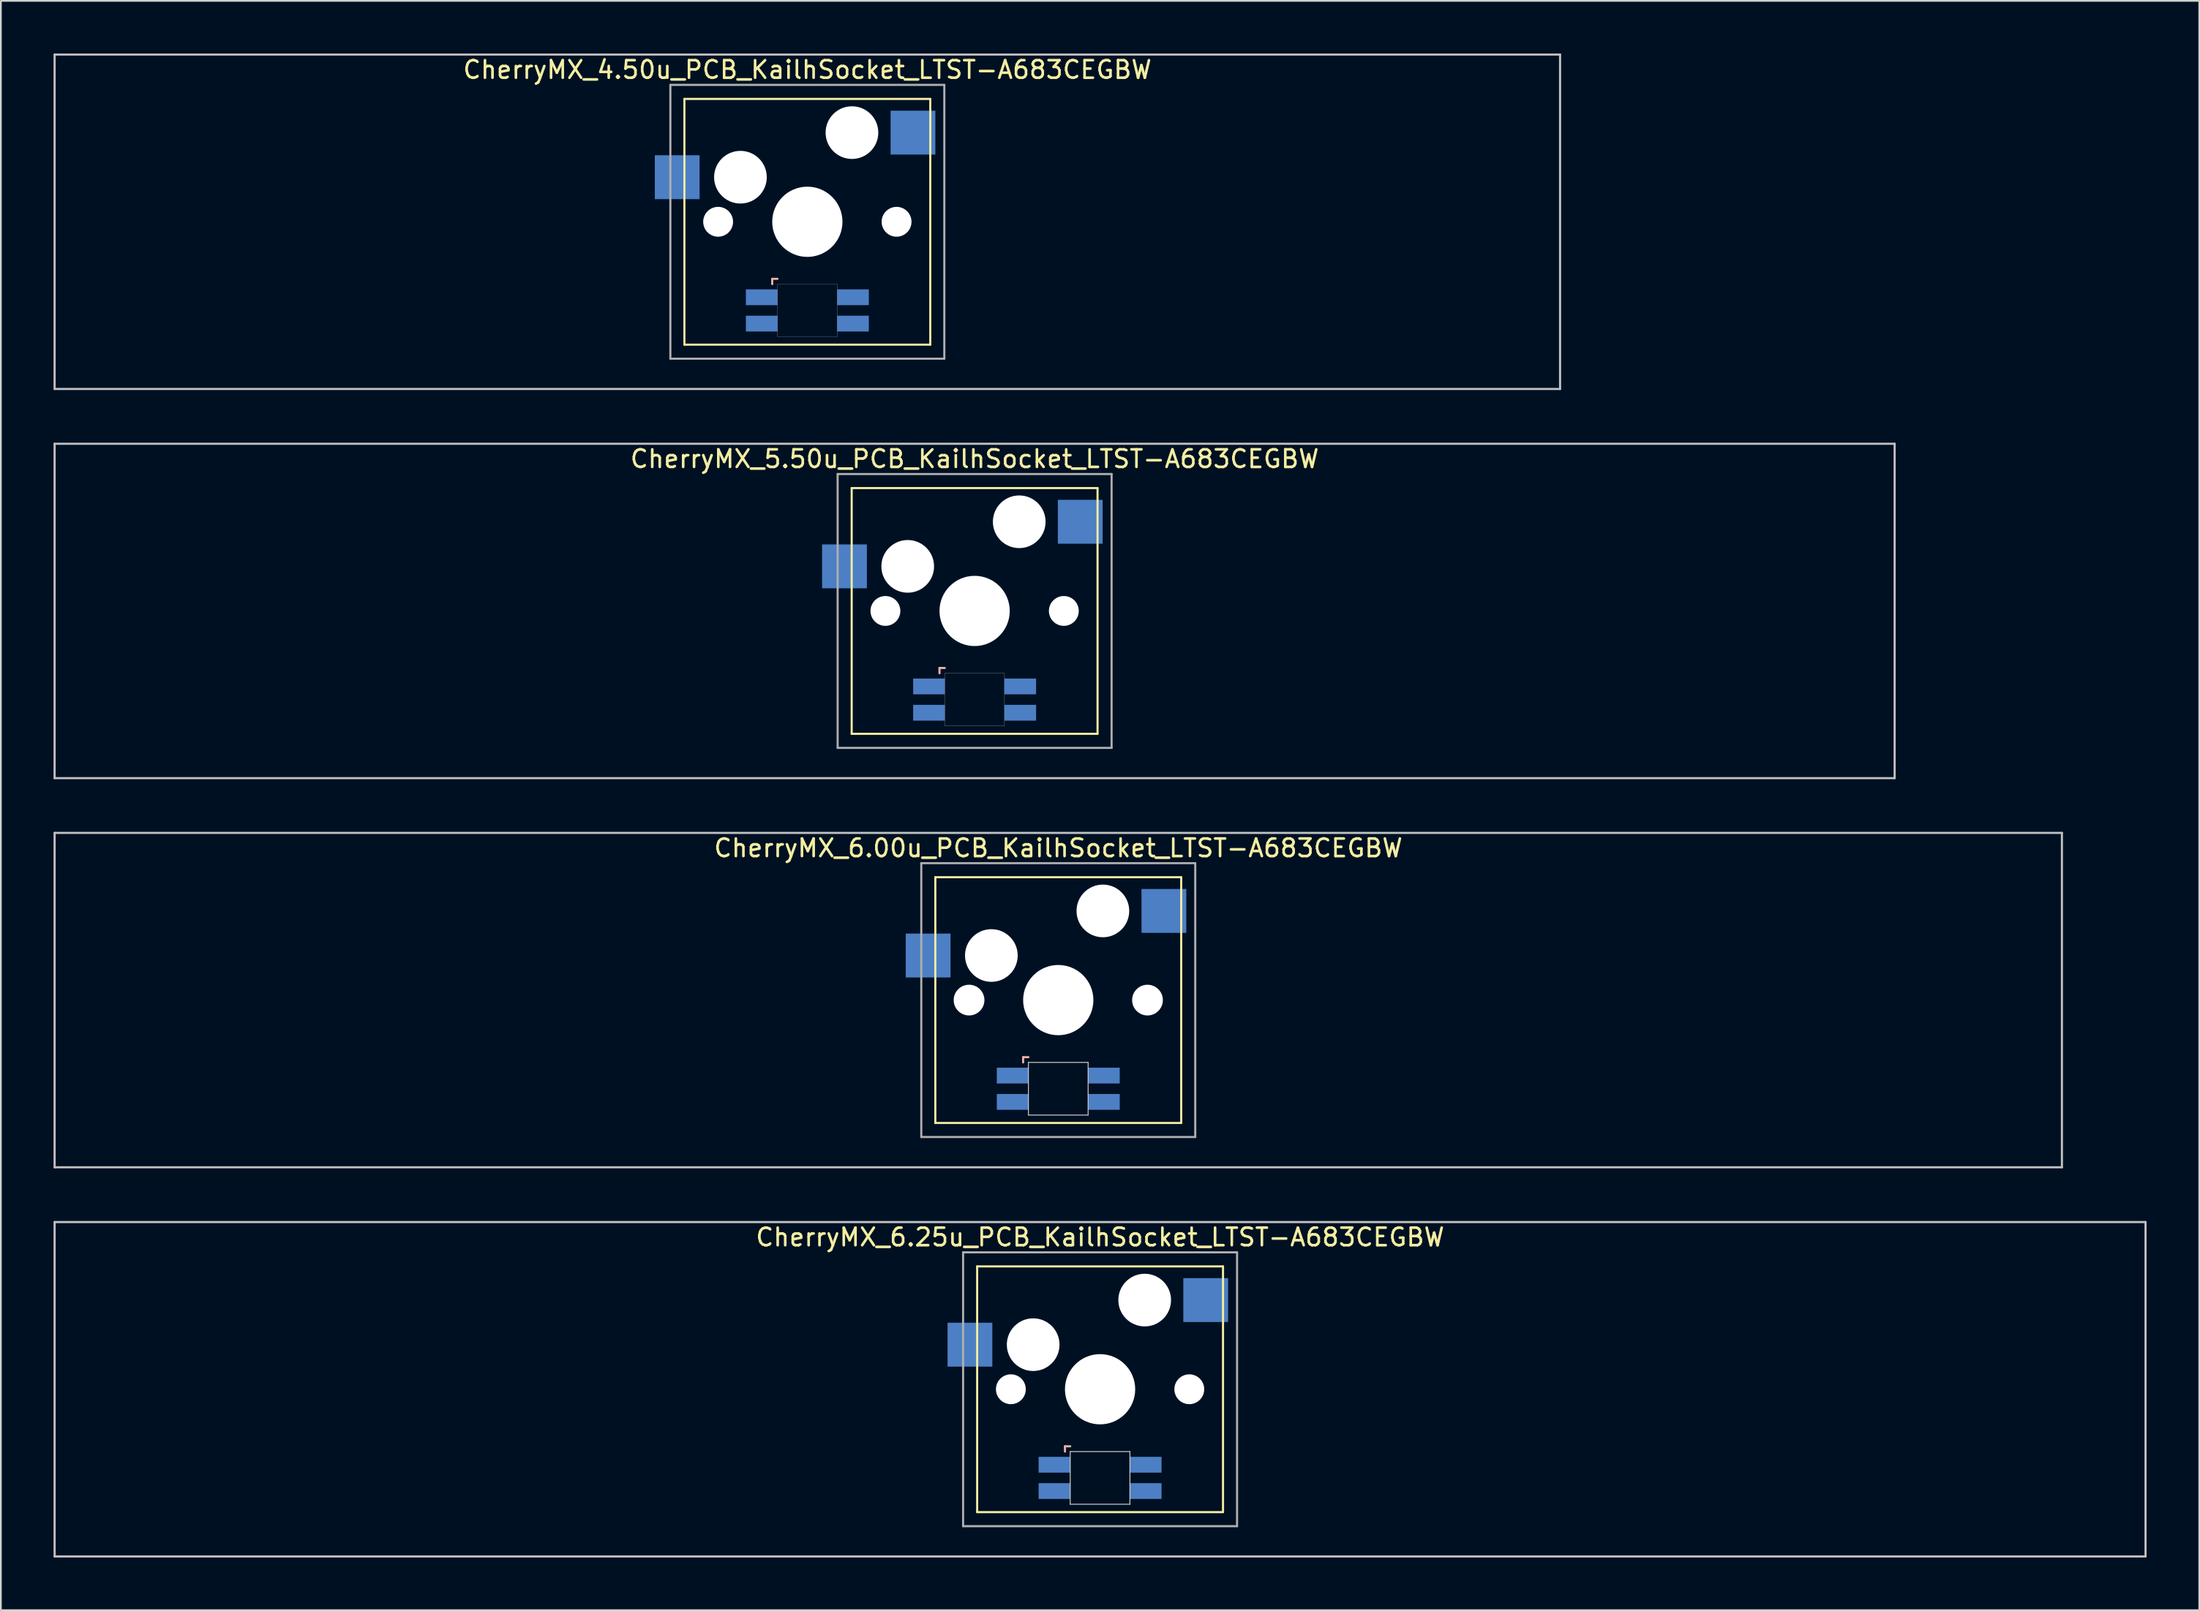
<source format=kicad_pcb>
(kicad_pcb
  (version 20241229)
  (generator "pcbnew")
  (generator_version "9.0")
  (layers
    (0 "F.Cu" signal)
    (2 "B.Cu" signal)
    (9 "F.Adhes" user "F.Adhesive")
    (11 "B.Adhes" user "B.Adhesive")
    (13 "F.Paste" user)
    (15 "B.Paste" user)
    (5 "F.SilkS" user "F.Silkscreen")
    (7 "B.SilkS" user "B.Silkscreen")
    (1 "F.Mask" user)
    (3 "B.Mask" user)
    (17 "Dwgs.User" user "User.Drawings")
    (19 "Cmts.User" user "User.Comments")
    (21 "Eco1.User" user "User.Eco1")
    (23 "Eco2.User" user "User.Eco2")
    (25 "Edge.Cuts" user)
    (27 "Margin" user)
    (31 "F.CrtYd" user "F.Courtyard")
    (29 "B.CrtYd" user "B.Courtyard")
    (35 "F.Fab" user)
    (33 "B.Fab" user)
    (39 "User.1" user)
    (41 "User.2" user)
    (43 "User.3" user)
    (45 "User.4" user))
  (footprint "CherryMX_5.50u_PCB_KailhSocket_LTST-A683CEGBW"
    (layer "F.Cu")
    (at 52.447 31.755)
    (property "Reference" "CherryMX_5.50u_PCB_KailhSocket_LTST-A683CEGBW" (at 0 -8.662 0) (layer "F.SilkS") (effects (font (size 1 1) (thickness 0.15))))
    (attr through_hole)
    (fp_line (start -7 -7) (end -7 7) (stroke (width 0.12) (type solid)) (layer "F.SilkS"))
    (fp_line (start -7 -7) (end 7 -7) (stroke (width 0.12) (type solid)) (layer "F.SilkS"))
    (fp_line (start 7 -7) (end 7 7) (stroke (width 0.12) (type solid)) (layer "F.SilkS"))
    (fp_line (start 7 7) (end -7 7) (stroke (width 0.12) (type solid)) (layer "F.SilkS"))
    (fp_line (start -2 3.25) (end -2 3.55) (stroke (width 0.12) (type solid)) (layer "B.SilkS"))
    (fp_line (start -1.7 3.25) (end -2 3.25) (stroke (width 0.12) (type solid)) (layer "B.SilkS"))
    (fp_line (start -52.388 -9.525) (end 52.388 -9.525) (stroke (width 0.12) (type solid)) (layer "Dwgs.User"))
    (fp_line (start -52.388 9.525) (end -52.388 -9.525) (stroke (width 0.12) (type solid)) (layer "Dwgs.User"))
    (fp_line (start 52.388 -9.525) (end 52.388 9.525) (stroke (width 0.12) (type solid)) (layer "Dwgs.User"))
    (fp_line (start 52.388 9.525) (end -52.388 9.525) (stroke (width 0.12) (type solid)) (layer "Dwgs.User"))
    (fp_poly (pts (xy 1.7 6.55) (xy -1.7 6.55) (xy -1.7 3.55) (xy 1.7 3.55)) (stroke (width 0.01) (type solid)) (fill no) (layer "Edge.Cuts"))
    (fp_line (start -7.8 -7.8) (end -7.8 7.8) (stroke (width 0.12) (type solid)) (layer "F.Fab"))
    (fp_line (start -7.8 -7.8) (end 7.8 -7.8) (stroke (width 0.12) (type solid)) (layer "F.Fab"))
    (fp_line (start -7.8 7.8) (end 7.8 7.8) (stroke (width 0.12) (type solid)) (layer "F.Fab"))
    (fp_line (start 7.8 -7.8) (end 7.8 7.8) (stroke (width 0.12) (type solid)) (layer "F.Fab"))
    (pad "" np_thru_hole circle (at -5.08 0) (size 1.7 1.7) (drill 1.7) (layers "*.Cu" "*.Mask"))
    (pad "" np_thru_hole circle (at -3.81 -2.54) (size 3 3) (drill 3) (layers "*.Cu" "*.Mask"))
    (pad "" np_thru_hole circle (at 0 0) (size 4 4) (drill 4) (layers "*.Cu" "*.Mask"))
    (pad "" np_thru_hole circle (at 2.54 -5.08) (size 3 3) (drill 3) (layers "*.Cu" "*.Mask"))
    (pad "" np_thru_hole circle (at 5.08 0) (size 1.7 1.7) (drill 1.7) (layers "*.Cu" "*.Mask"))
    (pad "1" smd rect (at -7.41 -2.54) (size 2.55 2.5) (layers "B.Cu" "B.Mask" "B.Paste"))
    (pad "2" smd rect (at 6.015 -5.08) (size 2.55 2.5) (layers "B.Cu" "B.Mask" "B.Paste"))
    (pad "3" smd rect (at -2.6 4.3) (size 1.8 0.9) (layers "B.Cu" "B.Mask" "B.Paste"))
    (pad "4" smd rect (at -2.6 5.8) (size 1.8 0.9) (layers "B.Cu" "B.Mask" "B.Paste"))
    (pad "5" smd rect (at 2.6 4.3) (size 1.8 0.9) (layers "B.Cu" "B.Mask" "B.Paste"))
    (pad "6" smd rect (at 2.6 5.8) (size 1.8 0.9) (layers "B.Cu" "B.Mask" "B.Paste")))
  (footprint "CherryMX_6.00u_PCB_KailhSocket_LTST-A683CEGBW"
    (layer "F.Cu")
    (at 57.21 53.925)
    (property "Reference" "CherryMX_6.00u_PCB_KailhSocket_LTST-A683CEGBW" (at 0 -8.662 0) (layer "F.SilkS") (effects (font (size 1 1) (thickness 0.15))))
    (attr through_hole)
    (fp_line (start -7 -7) (end -7 7) (stroke (width 0.12) (type solid)) (layer "F.SilkS"))
    (fp_line (start -7 -7) (end 7 -7) (stroke (width 0.12) (type solid)) (layer "F.SilkS"))
    (fp_line (start 7 -7) (end 7 7) (stroke (width 0.12) (type solid)) (layer "F.SilkS"))
    (fp_line (start 7 7) (end -7 7) (stroke (width 0.12) (type solid)) (layer "F.SilkS"))
    (fp_line (start -2 3.25) (end -2 3.55) (stroke (width 0.12) (type solid)) (layer "B.SilkS"))
    (fp_line (start -1.7 3.25) (end -2 3.25) (stroke (width 0.12) (type solid)) (layer "B.SilkS"))
    (fp_line (start -57.15 -9.525) (end 57.15 -9.525) (stroke (width 0.12) (type solid)) (layer "Dwgs.User"))
    (fp_line (start -57.15 9.525) (end -57.15 -9.525) (stroke (width 0.12) (type solid)) (layer "Dwgs.User"))
    (fp_line (start 57.15 -9.525) (end 57.15 9.525) (stroke (width 0.12) (type solid)) (layer "Dwgs.User"))
    (fp_line (start 57.15 9.525) (end -57.15 9.525) (stroke (width 0.12) (type solid)) (layer "Dwgs.User"))
    (fp_line (start -1.7 3.55) (end 1.7 3.55) (stroke (width 0.05) (type solid)) (layer "Edge.Cuts"))
    (fp_line (start -1.7 6.55) (end -1.7 3.55) (stroke (width 0.05) (type solid)) (layer "Edge.Cuts"))
    (fp_line (start 1.7 3.55) (end 1.7 6.55) (stroke (width 0.05) (type solid)) (layer "Edge.Cuts"))
    (fp_line (start 1.7 6.55) (end -1.7 6.55) (stroke (width 0.05) (type solid)) (layer "Edge.Cuts"))
    (fp_line (start -7.8 -7.8) (end -7.8 7.8) (stroke (width 0.12) (type solid)) (layer "F.Fab"))
    (fp_line (start -7.8 -7.8) (end 7.8 -7.8) (stroke (width 0.12) (type solid)) (layer "F.Fab"))
    (fp_line (start -7.8 7.8) (end 7.8 7.8) (stroke (width 0.12) (type solid)) (layer "F.Fab"))
    (fp_line (start 7.8 -7.8) (end 7.8 7.8) (stroke (width 0.12) (type solid)) (layer "F.Fab"))
    (pad "" np_thru_hole circle (at -5.08 0) (size 1.75 1.75) (drill 1.75) (layers "*.Cu" "*.Mask"))
    (pad "" np_thru_hole circle (at -3.81 -2.54) (size 3 3) (drill 3) (layers "*.Cu" "*.Mask"))
    (pad "" np_thru_hole circle (at 0 0) (size 4 4) (drill 4) (layers "*.Cu" "*.Mask"))
    (pad "" np_thru_hole circle (at 2.54 -5.08) (size 3 3) (drill 3) (layers "*.Cu" "*.Mask"))
    (pad "" np_thru_hole circle (at 5.08 0) (size 1.75 1.75) (drill 1.75) (layers "*.Cu" "*.Mask"))
    (pad "1" smd rect (at -7.41 -2.54) (size 2.55 2.5) (layers "B.Cu" "B.Mask" "B.Paste"))
    (pad "2" smd rect (at 6.015 -5.08) (size 2.55 2.5) (layers "B.Cu" "B.Mask" "B.Paste"))
    (pad "3" smd rect (at -2.6 4.3) (size 1.8 0.9) (layers "B.Cu" "B.Mask" "B.Paste"))
    (pad "4" smd rect (at -2.6 5.8) (size 1.8 0.9) (layers "B.Cu" "B.Mask" "B.Paste"))
    (pad "5" smd rect (at 2.6 4.3) (size 1.8 0.9) (layers "B.Cu" "B.Mask" "B.Paste"))
    (pad "6" smd rect (at 2.6 5.8) (size 1.8 0.9) (layers "B.Cu" "B.Mask" "B.Paste")))
  (footprint "CherryMX_6.25u_PCB_KailhSocket_LTST-A683CEGBW"
    (layer "F.Cu")
    (at 59.591 76.095)
    (property "Reference" "CherryMX_6.25u_PCB_KailhSocket_LTST-A683CEGBW" (at 0 -8.662 0) (layer "F.SilkS") (effects (font (size 1 1) (thickness 0.15))))
    (attr through_hole)
    (fp_line (start -7 -7) (end -7 7) (stroke (width 0.12) (type solid)) (layer "F.SilkS"))
    (fp_line (start -7 -7) (end 7 -7) (stroke (width 0.12) (type solid)) (layer "F.SilkS"))
    (fp_line (start 7 -7) (end 7 7) (stroke (width 0.12) (type solid)) (layer "F.SilkS"))
    (fp_line (start 7 7) (end -7 7) (stroke (width 0.12) (type solid)) (layer "F.SilkS"))
    (fp_line (start -2 3.25) (end -2 3.55) (stroke (width 0.12) (type solid)) (layer "B.SilkS"))
    (fp_line (start -1.7 3.25) (end -2 3.25) (stroke (width 0.12) (type solid)) (layer "B.SilkS"))
    (fp_line (start -59.531 -9.525) (end 59.531 -9.525) (stroke (width 0.12) (type solid)) (layer "Dwgs.User"))
    (fp_line (start -59.531 9.525) (end -59.531 -9.525) (stroke (width 0.12) (type solid)) (layer "Dwgs.User"))
    (fp_line (start 59.531 -9.525) (end 59.531 9.525) (stroke (width 0.12) (type solid)) (layer "Dwgs.User"))
    (fp_line (start 59.531 9.525) (end -59.531 9.525) (stroke (width 0.12) (type solid)) (layer "Dwgs.User"))
    (fp_line (start -1.7 3.55) (end 1.7 3.55) (stroke (width 0.05) (type solid)) (layer "Edge.Cuts"))
    (fp_line (start -1.7 6.55) (end -1.7 3.55) (stroke (width 0.05) (type solid)) (layer "Edge.Cuts"))
    (fp_line (start 1.7 3.55) (end 1.7 6.55) (stroke (width 0.05) (type solid)) (layer "Edge.Cuts"))
    (fp_line (start 1.7 6.55) (end -1.7 6.55) (stroke (width 0.05) (type solid)) (layer "Edge.Cuts"))
    (fp_line (start -7.8 -7.8) (end -7.8 7.8) (stroke (width 0.12) (type solid)) (layer "F.Fab"))
    (fp_line (start -7.8 -7.8) (end 7.8 -7.8) (stroke (width 0.12) (type solid)) (layer "F.Fab"))
    (fp_line (start -7.8 7.8) (end 7.8 7.8) (stroke (width 0.12) (type solid)) (layer "F.Fab"))
    (fp_line (start 7.8 -7.8) (end 7.8 7.8) (stroke (width 0.12) (type solid)) (layer "F.Fab"))
    (pad "" np_thru_hole circle (at -5.08 0) (size 1.7 1.7) (drill 1.7) (layers "*.Cu" "*.Mask"))
    (pad "" np_thru_hole circle (at -3.81 -2.54) (size 3 3) (drill 3) (layers "*.Cu" "*.Mask"))
    (pad "" np_thru_hole circle (at 0 0) (size 4 4) (drill 4) (layers "*.Cu" "*.Mask"))
    (pad "" np_thru_hole circle (at 2.54 -5.08) (size 3 3) (drill 3) (layers "*.Cu" "*.Mask"))
    (pad "" np_thru_hole circle (at 5.08 0) (size 1.7 1.7) (drill 1.7) (layers "*.Cu" "*.Mask"))
    (pad "1" smd rect (at -7.41 -2.54) (size 2.55 2.5) (layers "B.Cu" "B.Mask" "B.Paste"))
    (pad "2" smd rect (at 6.015 -5.08) (size 2.55 2.5) (layers "B.Cu" "B.Mask" "B.Paste"))
    (pad "3" smd rect (at -2.6 4.3) (size 1.8 0.9) (layers "B.Cu" "B.Mask" "B.Paste"))
    (pad "4" smd rect (at -2.6 5.8) (size 1.8 0.9) (layers "B.Cu" "B.Mask" "B.Paste"))
    (pad "5" smd rect (at 2.6 4.3) (size 1.8 0.9) (layers "B.Cu" "B.Mask" "B.Paste"))
    (pad "6" smd rect (at 2.6 5.8) (size 1.8 0.9) (layers "B.Cu" "B.Mask" "B.Paste")))
  (footprint "CherryMX_4.50u_PCB_KailhSocket_LTST-A683CEGBW"
    (layer "F.Cu")
    (at 42.922 9.585)
    (property "Reference" "CherryMX_4.50u_PCB_KailhSocket_LTST-A683CEGBW" (at 0 -8.662 0) (layer "F.SilkS") (effects (font (size 1 1) (thickness 0.15))))
    (attr through_hole)
    (fp_line (start -7 -7) (end -7 7) (stroke (width 0.12) (type solid)) (layer "F.SilkS"))
    (fp_line (start -7 -7) (end 7 -7) (stroke (width 0.12) (type solid)) (layer "F.SilkS"))
    (fp_line (start 7 -7) (end 7 7) (stroke (width 0.12) (type solid)) (layer "F.SilkS"))
    (fp_line (start 7 7) (end -7 7) (stroke (width 0.12) (type solid)) (layer "F.SilkS"))
    (fp_line (start -2 3.25) (end -2 3.55) (stroke (width 0.12) (type solid)) (layer "B.SilkS"))
    (fp_line (start -1.7 3.25) (end -2 3.25) (stroke (width 0.12) (type solid)) (layer "B.SilkS"))
    (fp_line (start -42.862 -9.525) (end 42.862 -9.525) (stroke (width 0.12) (type solid)) (layer "Dwgs.User"))
    (fp_line (start -42.862 9.525) (end -42.862 -9.525) (stroke (width 0.12) (type solid)) (layer "Dwgs.User"))
    (fp_line (start 42.862 -9.525) (end 42.862 9.525) (stroke (width 0.12) (type solid)) (layer "Dwgs.User"))
    (fp_line (start 42.862 9.525) (end -42.862 9.525) (stroke (width 0.12) (type solid)) (layer "Dwgs.User"))
    (fp_poly (pts (xy 1.7 6.55) (xy -1.7 6.55) (xy -1.7 3.55) (xy 1.7 3.55)) (stroke (width 0.01) (type solid)) (fill no) (layer "Edge.Cuts"))
    (fp_line (start -7.8 -7.8) (end -7.8 7.8) (stroke (width 0.12) (type solid)) (layer "F.Fab"))
    (fp_line (start -7.8 -7.8) (end 7.8 -7.8) (stroke (width 0.12) (type solid)) (layer "F.Fab"))
    (fp_line (start -7.8 7.8) (end 7.8 7.8) (stroke (width 0.12) (type solid)) (layer "F.Fab"))
    (fp_line (start 7.8 -7.8) (end 7.8 7.8) (stroke (width 0.12) (type solid)) (layer "F.Fab"))
    (pad "" np_thru_hole circle (at -5.08 0) (size 1.7 1.7) (drill 1.7) (layers "*.Cu" "*.Mask"))
    (pad "" np_thru_hole circle (at -3.81 -2.54) (size 3 3) (drill 3) (layers "*.Cu" "*.Mask"))
    (pad "" np_thru_hole circle (at 0 0) (size 4 4) (drill 4) (layers "*.Cu" "*.Mask"))
    (pad "" np_thru_hole circle (at 2.54 -5.08) (size 3 3) (drill 3) (layers "*.Cu" "*.Mask"))
    (pad "" np_thru_hole circle (at 5.08 0) (size 1.7 1.7) (drill 1.7) (layers "*.Cu" "*.Mask"))
    (pad "1" smd rect (at -7.41 -2.54) (size 2.55 2.5) (layers "B.Cu" "B.Mask" "B.Paste"))
    (pad "2" smd rect (at 6.015 -5.08) (size 2.55 2.5) (layers "B.Cu" "B.Mask" "B.Paste"))
    (pad "3" smd rect (at -2.6 4.3) (size 1.8 0.9) (layers "B.Cu" "B.Mask" "B.Paste"))
    (pad "4" smd rect (at -2.6 5.8) (size 1.8 0.9) (layers "B.Cu" "B.Mask" "B.Paste"))
    (pad "5" smd rect (at 2.6 4.3) (size 1.8 0.9) (layers "B.Cu" "B.Mask" "B.Paste"))
    (pad "6" smd rect (at 2.6 5.8) (size 1.8 0.9) (layers "B.Cu" "B.Mask" "B.Paste")))
  (gr_rect
    (start -3 -3)
    (end 122.183 88.68)
    (stroke (width 0.1) (type default))
    (fill no)
    (layer "Edge.Cuts")))
</source>
